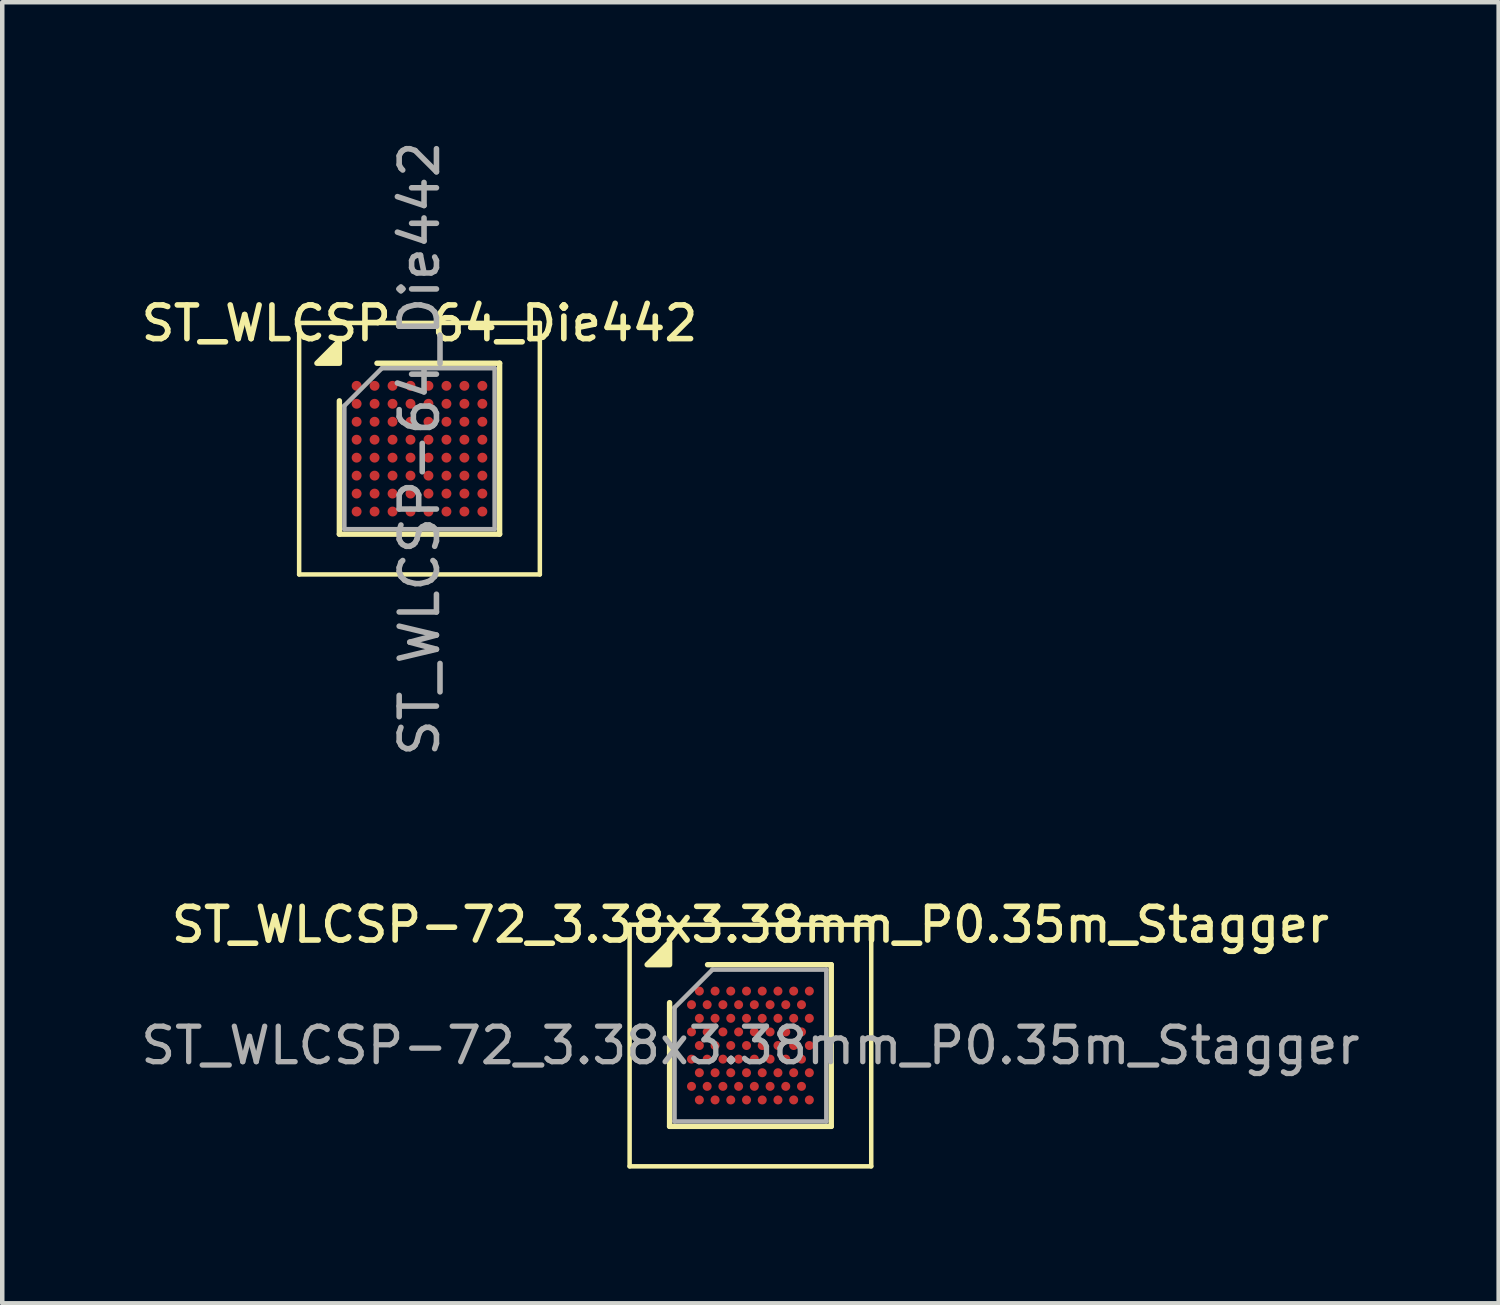
<source format=kicad_pcb>
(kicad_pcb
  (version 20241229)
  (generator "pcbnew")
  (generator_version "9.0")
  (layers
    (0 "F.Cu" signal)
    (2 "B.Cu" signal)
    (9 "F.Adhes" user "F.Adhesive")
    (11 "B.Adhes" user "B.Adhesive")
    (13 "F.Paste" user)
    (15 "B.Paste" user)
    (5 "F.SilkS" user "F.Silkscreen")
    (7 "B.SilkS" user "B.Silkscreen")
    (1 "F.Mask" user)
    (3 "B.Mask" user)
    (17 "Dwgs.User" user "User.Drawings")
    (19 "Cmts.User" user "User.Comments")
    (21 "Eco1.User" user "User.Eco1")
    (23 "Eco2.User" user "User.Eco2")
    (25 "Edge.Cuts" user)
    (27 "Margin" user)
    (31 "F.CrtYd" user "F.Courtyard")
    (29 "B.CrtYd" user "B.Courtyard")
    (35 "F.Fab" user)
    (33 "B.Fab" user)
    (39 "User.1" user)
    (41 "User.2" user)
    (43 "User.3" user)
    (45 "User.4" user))
  (footprint "ST_WLCSP-72_3.38x3.38mm_P0.35m_Stagger"
    (layer "F.Cu")
    (at 13.66 20.231)
    (property "Reference" "ST_WLCSP-72_3.38x3.38mm_P0.35m_Stagger" (at 0 -2.69 0) (layer "F.SilkS") (effects (font (size 0.75 0.75) (thickness 0.125))))
    (attr smd)
    (fp_line (start -2.69 -2.69) (end -2.69 2.69) (stroke (width 0.1) (type solid)) (layer "F.SilkS"))
    (fp_line (start -2.69 2.69) (end 2.69 2.69) (stroke (width 0.1) (type solid)) (layer "F.SilkS"))
    (fp_line (start -1.8 1.8) (end -1.8 -0.955) (stroke (width 0.12) (type solid)) (layer "F.SilkS"))
    (fp_line (start -0.955 -1.8) (end 1.8 -1.8) (stroke (width 0.12) (type solid)) (layer "F.SilkS"))
    (fp_line (start 1.8 -1.8) (end 1.8 1.8) (stroke (width 0.12) (type solid)) (layer "F.SilkS"))
    (fp_line (start 1.8 1.8) (end -1.8 1.8) (stroke (width 0.12) (type solid)) (layer "F.SilkS"))
    (fp_line (start 2.69 -2.69) (end -2.69 -2.69) (stroke (width 0.1) (type solid)) (layer "F.SilkS"))
    (fp_line (start 2.69 2.69) (end 2.69 -2.69) (stroke (width 0.1) (type solid)) (layer "F.SilkS"))
    (fp_poly (pts (xy -1.8 -1.8) (xy -2.3 -1.8) (xy -1.8 -2.3) (xy -1.8 -1.8)) (stroke (width 0.12) (type solid)) (fill yes) (layer "F.SilkS"))
    (fp_line (start -1.69 -0.845) (end -0.845 -1.69) (stroke (width 0.1) (type solid)) (layer "F.Fab"))
    (fp_line (start -1.69 1.69) (end -1.69 -0.845) (stroke (width 0.1) (type solid)) (layer "F.Fab"))
    (fp_line (start -0.845 -1.69) (end 1.69 -1.69) (stroke (width 0.1) (type solid)) (layer "F.Fab"))
    (fp_line (start 1.69 -1.69) (end 1.69 1.69) (stroke (width 0.1) (type solid)) (layer "F.Fab"))
    (fp_line (start 1.69 1.69) (end -1.69 1.69) (stroke (width 0.1) (type solid)) (layer "F.Fab"))
    (fp_text user "${REFERENCE}" (at 0 0 0) (layer "F.Fab") (effects (font (size 0.79 0.79) (thickness 0.118))))
    (pad "A2" smd circle (at -1.137 -1.212) (size 0.2 0.2) (property pad_prop_bga) (layers "F.Cu" "F.Mask" "F.Paste"))
    (pad "A4" smd circle (at -0.787 -1.212) (size 0.2 0.2) (property pad_prop_bga) (layers "F.Cu" "F.Mask" "F.Paste"))
    (pad "A6" smd circle (at -0.438 -1.212) (size 0.2 0.2) (property pad_prop_bga) (layers "F.Cu" "F.Mask" "F.Paste"))
    (pad "A8" smd circle (at -0.087 -1.212) (size 0.2 0.2) (property pad_prop_bga) (layers "F.Cu" "F.Mask" "F.Paste"))
    (pad "A10" smd circle (at 0.263 -1.212) (size 0.2 0.2) (property pad_prop_bga) (layers "F.Cu" "F.Mask" "F.Paste"))
    (pad "A12" smd circle (at 0.613 -1.212) (size 0.2 0.2) (property pad_prop_bga) (layers "F.Cu" "F.Mask" "F.Paste"))
    (pad "A14" smd circle (at 0.963 -1.212) (size 0.2 0.2) (property pad_prop_bga) (layers "F.Cu" "F.Mask" "F.Paste"))
    (pad "A16" smd circle (at 1.312 -1.212) (size 0.2 0.2) (property pad_prop_bga) (layers "F.Cu" "F.Mask" "F.Paste"))
    (pad "B1" smd circle (at -1.312 -0.909) (size 0.2 0.2) (property pad_prop_bga) (layers "F.Cu" "F.Mask" "F.Paste"))
    (pad "B3" smd circle (at -0.963 -0.909) (size 0.2 0.2) (property pad_prop_bga) (layers "F.Cu" "F.Mask" "F.Paste"))
    (pad "B5" smd circle (at -0.613 -0.909) (size 0.2 0.2) (property pad_prop_bga) (layers "F.Cu" "F.Mask" "F.Paste"))
    (pad "B7" smd circle (at -0.263 -0.909) (size 0.2 0.2) (property pad_prop_bga) (layers "F.Cu" "F.Mask" "F.Paste"))
    (pad "B9" smd circle (at 0.087 -0.909) (size 0.2 0.2) (property pad_prop_bga) (layers "F.Cu" "F.Mask" "F.Paste"))
    (pad "B11" smd circle (at 0.438 -0.909) (size 0.2 0.2) (property pad_prop_bga) (layers "F.Cu" "F.Mask" "F.Paste"))
    (pad "B13" smd circle (at 0.787 -0.909) (size 0.2 0.2) (property pad_prop_bga) (layers "F.Cu" "F.Mask" "F.Paste"))
    (pad "B15" smd circle (at 1.137 -0.909) (size 0.2 0.2) (property pad_prop_bga) (layers "F.Cu" "F.Mask" "F.Paste"))
    (pad "C2" smd circle (at -1.137 -0.606) (size 0.2 0.2) (property pad_prop_bga) (layers "F.Cu" "F.Mask" "F.Paste"))
    (pad "C4" smd circle (at -0.787 -0.606) (size 0.2 0.2) (property pad_prop_bga) (layers "F.Cu" "F.Mask" "F.Paste"))
    (pad "C6" smd circle (at -0.438 -0.606) (size 0.2 0.2) (property pad_prop_bga) (layers "F.Cu" "F.Mask" "F.Paste"))
    (pad "C8" smd circle (at -0.087 -0.606) (size 0.2 0.2) (property pad_prop_bga) (layers "F.Cu" "F.Mask" "F.Paste"))
    (pad "C10" smd circle (at 0.263 -0.606) (size 0.2 0.2) (property pad_prop_bga) (layers "F.Cu" "F.Mask" "F.Paste"))
    (pad "C12" smd circle (at 0.613 -0.606) (size 0.2 0.2) (property pad_prop_bga) (layers "F.Cu" "F.Mask" "F.Paste"))
    (pad "C14" smd circle (at 0.963 -0.606) (size 0.2 0.2) (property pad_prop_bga) (layers "F.Cu" "F.Mask" "F.Paste"))
    (pad "C16" smd circle (at 1.312 -0.606) (size 0.2 0.2) (property pad_prop_bga) (layers "F.Cu" "F.Mask" "F.Paste"))
    (pad "D1" smd circle (at -1.312 -0.303) (size 0.2 0.2) (property pad_prop_bga) (layers "F.Cu" "F.Mask" "F.Paste"))
    (pad "D3" smd circle (at -0.963 -0.303) (size 0.2 0.2) (property pad_prop_bga) (layers "F.Cu" "F.Mask" "F.Paste"))
    (pad "D5" smd circle (at -0.613 -0.303) (size 0.2 0.2) (property pad_prop_bga) (layers "F.Cu" "F.Mask" "F.Paste"))
    (pad "D7" smd circle (at -0.263 -0.303) (size 0.2 0.2) (property pad_prop_bga) (layers "F.Cu" "F.Mask" "F.Paste"))
    (pad "D9" smd circle (at 0.087 -0.303) (size 0.2 0.2) (property pad_prop_bga) (layers "F.Cu" "F.Mask" "F.Paste"))
    (pad "D11" smd circle (at 0.438 -0.303) (size 0.2 0.2) (property pad_prop_bga) (layers "F.Cu" "F.Mask" "F.Paste"))
    (pad "D13" smd circle (at 0.787 -0.303) (size 0.2 0.2) (property pad_prop_bga) (layers "F.Cu" "F.Mask" "F.Paste"))
    (pad "D15" smd circle (at 1.137 -0.303) (size 0.2 0.2) (property pad_prop_bga) (layers "F.Cu" "F.Mask" "F.Paste"))
    (pad "E2" smd circle (at -1.137 0) (size 0.2 0.2) (property pad_prop_bga) (layers "F.Cu" "F.Mask" "F.Paste"))
    (pad "E4" smd circle (at -0.787 0) (size 0.2 0.2) (property pad_prop_bga) (layers "F.Cu" "F.Mask" "F.Paste"))
    (pad "E6" smd circle (at -0.438 0) (size 0.2 0.2) (property pad_prop_bga) (layers "F.Cu" "F.Mask" "F.Paste"))
    (pad "E8" smd circle (at -0.087 0) (size 0.2 0.2) (property pad_prop_bga) (layers "F.Cu" "F.Mask" "F.Paste"))
    (pad "E10" smd circle (at 0.263 0) (size 0.2 0.2) (property pad_prop_bga) (layers "F.Cu" "F.Mask" "F.Paste"))
    (pad "E12" smd circle (at 0.613 0) (size 0.2 0.2) (property pad_prop_bga) (layers "F.Cu" "F.Mask" "F.Paste"))
    (pad "E14" smd circle (at 0.963 0) (size 0.2 0.2) (property pad_prop_bga) (layers "F.Cu" "F.Mask" "F.Paste"))
    (pad "E16" smd circle (at 1.312 0) (size 0.2 0.2) (property pad_prop_bga) (layers "F.Cu" "F.Mask" "F.Paste"))
    (pad "F1" smd circle (at -1.312 0.303) (size 0.2 0.2) (property pad_prop_bga) (layers "F.Cu" "F.Mask" "F.Paste"))
    (pad "F3" smd circle (at -0.963 0.303) (size 0.2 0.2) (property pad_prop_bga) (layers "F.Cu" "F.Mask" "F.Paste"))
    (pad "F5" smd circle (at -0.613 0.303) (size 0.2 0.2) (property pad_prop_bga) (layers "F.Cu" "F.Mask" "F.Paste"))
    (pad "F7" smd circle (at -0.263 0.303) (size 0.2 0.2) (property pad_prop_bga) (layers "F.Cu" "F.Mask" "F.Paste"))
    (pad "F9" smd circle (at 0.087 0.303) (size 0.2 0.2) (property pad_prop_bga) (layers "F.Cu" "F.Mask" "F.Paste"))
    (pad "F11" smd circle (at 0.438 0.303) (size 0.2 0.2) (property pad_prop_bga) (layers "F.Cu" "F.Mask" "F.Paste"))
    (pad "F13" smd circle (at 0.787 0.303) (size 0.2 0.2) (property pad_prop_bga) (layers "F.Cu" "F.Mask" "F.Paste"))
    (pad "F15" smd circle (at 1.137 0.303) (size 0.2 0.2) (property pad_prop_bga) (layers "F.Cu" "F.Mask" "F.Paste"))
    (pad "G2" smd circle (at -1.137 0.606) (size 0.2 0.2) (property pad_prop_bga) (layers "F.Cu" "F.Mask" "F.Paste"))
    (pad "G4" smd circle (at -0.787 0.606) (size 0.2 0.2) (property pad_prop_bga) (layers "F.Cu" "F.Mask" "F.Paste"))
    (pad "G6" smd circle (at -0.438 0.606) (size 0.2 0.2) (property pad_prop_bga) (layers "F.Cu" "F.Mask" "F.Paste"))
    (pad "G8" smd circle (at -0.087 0.606) (size 0.2 0.2) (property pad_prop_bga) (layers "F.Cu" "F.Mask" "F.Paste"))
    (pad "G10" smd circle (at 0.263 0.606) (size 0.2 0.2) (property pad_prop_bga) (layers "F.Cu" "F.Mask" "F.Paste"))
    (pad "G12" smd circle (at 0.613 0.606) (size 0.2 0.2) (property pad_prop_bga) (layers "F.Cu" "F.Mask" "F.Paste"))
    (pad "G14" smd circle (at 0.963 0.606) (size 0.2 0.2) (property pad_prop_bga) (layers "F.Cu" "F.Mask" "F.Paste"))
    (pad "G16" smd circle (at 1.312 0.606) (size 0.2 0.2) (property pad_prop_bga) (layers "F.Cu" "F.Mask" "F.Paste"))
    (pad "H1" smd circle (at -1.312 0.909) (size 0.2 0.2) (property pad_prop_bga) (layers "F.Cu" "F.Mask" "F.Paste"))
    (pad "H3" smd circle (at -0.963 0.909) (size 0.2 0.2) (property pad_prop_bga) (layers "F.Cu" "F.Mask" "F.Paste"))
    (pad "H5" smd circle (at -0.613 0.909) (size 0.2 0.2) (property pad_prop_bga) (layers "F.Cu" "F.Mask" "F.Paste"))
    (pad "H7" smd circle (at -0.263 0.909) (size 0.2 0.2) (property pad_prop_bga) (layers "F.Cu" "F.Mask" "F.Paste"))
    (pad "H9" smd circle (at 0.087 0.909) (size 0.2 0.2) (property pad_prop_bga) (layers "F.Cu" "F.Mask" "F.Paste"))
    (pad "H11" smd circle (at 0.438 0.909) (size 0.2 0.2) (property pad_prop_bga) (layers "F.Cu" "F.Mask" "F.Paste"))
    (pad "H13" smd circle (at 0.787 0.909) (size 0.2 0.2) (property pad_prop_bga) (layers "F.Cu" "F.Mask" "F.Paste"))
    (pad "H15" smd circle (at 1.137 0.909) (size 0.2 0.2) (property pad_prop_bga) (layers "F.Cu" "F.Mask" "F.Paste"))
    (pad "J2" smd circle (at -1.137 1.212) (size 0.2 0.2) (property pad_prop_bga) (layers "F.Cu" "F.Mask" "F.Paste"))
    (pad "J4" smd circle (at -0.787 1.212) (size 0.2 0.2) (property pad_prop_bga) (layers "F.Cu" "F.Mask" "F.Paste"))
    (pad "J6" smd circle (at -0.438 1.212) (size 0.2 0.2) (property pad_prop_bga) (layers "F.Cu" "F.Mask" "F.Paste"))
    (pad "J8" smd circle (at -0.087 1.212) (size 0.2 0.2) (property pad_prop_bga) (layers "F.Cu" "F.Mask" "F.Paste"))
    (pad "J10" smd circle (at 0.263 1.212) (size 0.2 0.2) (property pad_prop_bga) (layers "F.Cu" "F.Mask" "F.Paste"))
    (pad "J12" smd circle (at 0.613 1.212) (size 0.2 0.2) (property pad_prop_bga) (layers "F.Cu" "F.Mask" "F.Paste"))
    (pad "J14" smd circle (at 0.963 1.212) (size 0.2 0.2) (property pad_prop_bga) (layers "F.Cu" "F.Mask" "F.Paste"))
    (pad "J16" smd circle (at 1.312 1.212) (size 0.2 0.2) (property pad_prop_bga) (layers "F.Cu" "F.Mask" "F.Paste")))
  (footprint "ST_WLCSP-64_Die442"
    (layer "F.Cu")
    (at 6.291 6.941)
    (property "Reference" "ST_WLCSP-64_Die442" (at 0 -2.792 0) (layer "F.SilkS") (effects (font (size 0.75 0.75) (thickness 0.125))))
    (attr smd)
    (fp_line (start -2.68 -2.8) (end -2.68 2.8) (stroke (width 0.1) (type solid)) (layer "F.SilkS"))
    (fp_line (start -2.68 2.8) (end 2.68 2.8) (stroke (width 0.1) (type solid)) (layer "F.SilkS"))
    (fp_line (start -1.784 1.903) (end -1.784 -1.066) (stroke (width 0.12) (type solid)) (layer "F.SilkS"))
    (fp_line (start -0.947 -1.903) (end 1.784 -1.903) (stroke (width 0.12) (type solid)) (layer "F.SilkS"))
    (fp_line (start 1.784 -1.903) (end 1.784 1.903) (stroke (width 0.12) (type solid)) (layer "F.SilkS"))
    (fp_line (start 1.784 1.903) (end -1.784 1.903) (stroke (width 0.12) (type solid)) (layer "F.SilkS"))
    (fp_line (start 2.68 -2.8) (end -2.68 -2.8) (stroke (width 0.1) (type solid)) (layer "F.SilkS"))
    (fp_line (start 2.68 2.8) (end 2.68 -2.8) (stroke (width 0.1) (type solid)) (layer "F.SilkS"))
    (fp_poly (pts (xy -1.784 -1.903) (xy -2.284 -1.903) (xy -1.784 -2.402) (xy -1.784 -1.903)) (stroke (width 0.12) (type solid)) (fill yes) (layer "F.SilkS"))
    (fp_line (start -1.673 -0.956) (end -0.837 -1.792) (stroke (width 0.1) (type solid)) (layer "F.Fab"))
    (fp_line (start -1.673 1.792) (end -1.673 -0.956) (stroke (width 0.1) (type solid)) (layer "F.Fab"))
    (fp_line (start -0.837 -1.792) (end 1.673 -1.792) (stroke (width 0.1) (type solid)) (layer "F.Fab"))
    (fp_line (start 1.673 -1.792) (end 1.673 1.792) (stroke (width 0.1) (type solid)) (layer "F.Fab"))
    (fp_line (start 1.673 1.792) (end -1.673 1.792) (stroke (width 0.1) (type solid)) (layer "F.Fab"))
    (fp_text user "${REFERENCE}" (at 0 0 270) (layer "F.Fab") (effects (font (size 0.83 0.83) (thickness 0.124))))
    (pad "A1" smd circle (at -1.4 -1.4) (size 0.22 0.22) (property pad_prop_bga) (layers "F.Cu" "F.Mask" "F.Paste"))
    (pad "A2" smd circle (at -1 -1.4) (size 0.22 0.22) (property pad_prop_bga) (layers "F.Cu" "F.Mask" "F.Paste"))
    (pad "A3" smd circle (at -0.6 -1.4) (size 0.22 0.22) (property pad_prop_bga) (layers "F.Cu" "F.Mask" "F.Paste"))
    (pad "A4" smd circle (at -0.2 -1.4) (size 0.22 0.22) (property pad_prop_bga) (layers "F.Cu" "F.Mask" "F.Paste"))
    (pad "A5" smd circle (at 0.2 -1.4) (size 0.22 0.22) (property pad_prop_bga) (layers "F.Cu" "F.Mask" "F.Paste"))
    (pad "A6" smd circle (at 0.6 -1.4) (size 0.22 0.22) (property pad_prop_bga) (layers "F.Cu" "F.Mask" "F.Paste"))
    (pad "A7" smd circle (at 1 -1.4) (size 0.22 0.22) (property pad_prop_bga) (layers "F.Cu" "F.Mask" "F.Paste"))
    (pad "A8" smd circle (at 1.4 -1.4) (size 0.22 0.22) (property pad_prop_bga) (layers "F.Cu" "F.Mask" "F.Paste"))
    (pad "B1" smd circle (at -1.4 -1) (size 0.22 0.22) (property pad_prop_bga) (layers "F.Cu" "F.Mask" "F.Paste"))
    (pad "B2" smd circle (at -1 -1) (size 0.22 0.22) (property pad_prop_bga) (layers "F.Cu" "F.Mask" "F.Paste"))
    (pad "B3" smd circle (at -0.6 -1) (size 0.22 0.22) (property pad_prop_bga) (layers "F.Cu" "F.Mask" "F.Paste"))
    (pad "B4" smd circle (at -0.2 -1) (size 0.22 0.22) (property pad_prop_bga) (layers "F.Cu" "F.Mask" "F.Paste"))
    (pad "B5" smd circle (at 0.2 -1) (size 0.22 0.22) (property pad_prop_bga) (layers "F.Cu" "F.Mask" "F.Paste"))
    (pad "B6" smd circle (at 0.6 -1) (size 0.22 0.22) (property pad_prop_bga) (layers "F.Cu" "F.Mask" "F.Paste"))
    (pad "B7" smd circle (at 1 -1) (size 0.22 0.22) (property pad_prop_bga) (layers "F.Cu" "F.Mask" "F.Paste"))
    (pad "B8" smd circle (at 1.4 -1) (size 0.22 0.22) (property pad_prop_bga) (layers "F.Cu" "F.Mask" "F.Paste"))
    (pad "C1" smd circle (at -1.4 -0.6) (size 0.22 0.22) (property pad_prop_bga) (layers "F.Cu" "F.Mask" "F.Paste"))
    (pad "C2" smd circle (at -1 -0.6) (size 0.22 0.22) (property pad_prop_bga) (layers "F.Cu" "F.Mask" "F.Paste"))
    (pad "C3" smd circle (at -0.6 -0.6) (size 0.22 0.22) (property pad_prop_bga) (layers "F.Cu" "F.Mask" "F.Paste"))
    (pad "C4" smd circle (at -0.2 -0.6) (size 0.22 0.22) (property pad_prop_bga) (layers "F.Cu" "F.Mask" "F.Paste"))
    (pad "C5" smd circle (at 0.2 -0.6) (size 0.22 0.22) (property pad_prop_bga) (layers "F.Cu" "F.Mask" "F.Paste"))
    (pad "C6" smd circle (at 0.6 -0.6) (size 0.22 0.22) (property pad_prop_bga) (layers "F.Cu" "F.Mask" "F.Paste"))
    (pad "C7" smd circle (at 1 -0.6) (size 0.22 0.22) (property pad_prop_bga) (layers "F.Cu" "F.Mask" "F.Paste"))
    (pad "C8" smd circle (at 1.4 -0.6) (size 0.22 0.22) (property pad_prop_bga) (layers "F.Cu" "F.Mask" "F.Paste"))
    (pad "D1" smd circle (at -1.4 -0.2) (size 0.22 0.22) (property pad_prop_bga) (layers "F.Cu" "F.Mask" "F.Paste"))
    (pad "D2" smd circle (at -1 -0.2) (size 0.22 0.22) (property pad_prop_bga) (layers "F.Cu" "F.Mask" "F.Paste"))
    (pad "D3" smd circle (at -0.6 -0.2) (size 0.22 0.22) (property pad_prop_bga) (layers "F.Cu" "F.Mask" "F.Paste"))
    (pad "D4" smd circle (at -0.2 -0.2) (size 0.22 0.22) (property pad_prop_bga) (layers "F.Cu" "F.Mask" "F.Paste"))
    (pad "D5" smd circle (at 0.2 -0.2) (size 0.22 0.22) (property pad_prop_bga) (layers "F.Cu" "F.Mask" "F.Paste"))
    (pad "D6" smd circle (at 0.6 -0.2) (size 0.22 0.22) (property pad_prop_bga) (layers "F.Cu" "F.Mask" "F.Paste"))
    (pad "D7" smd circle (at 1 -0.2) (size 0.22 0.22) (property pad_prop_bga) (layers "F.Cu" "F.Mask" "F.Paste"))
    (pad "D8" smd circle (at 1.4 -0.2) (size 0.22 0.22) (property pad_prop_bga) (layers "F.Cu" "F.Mask" "F.Paste"))
    (pad "E1" smd circle (at -1.4 0.2) (size 0.22 0.22) (property pad_prop_bga) (layers "F.Cu" "F.Mask" "F.Paste"))
    (pad "E2" smd circle (at -1 0.2) (size 0.22 0.22) (property pad_prop_bga) (layers "F.Cu" "F.Mask" "F.Paste"))
    (pad "E3" smd circle (at -0.6 0.2) (size 0.22 0.22) (property pad_prop_bga) (layers "F.Cu" "F.Mask" "F.Paste"))
    (pad "E4" smd circle (at -0.2 0.2) (size 0.22 0.22) (property pad_prop_bga) (layers "F.Cu" "F.Mask" "F.Paste"))
    (pad "E5" smd circle (at 0.2 0.2) (size 0.22 0.22) (property pad_prop_bga) (layers "F.Cu" "F.Mask" "F.Paste"))
    (pad "E6" smd circle (at 0.6 0.2) (size 0.22 0.22) (property pad_prop_bga) (layers "F.Cu" "F.Mask" "F.Paste"))
    (pad "E7" smd circle (at 1 0.2) (size 0.22 0.22) (property pad_prop_bga) (layers "F.Cu" "F.Mask" "F.Paste"))
    (pad "E8" smd circle (at 1.4 0.2) (size 0.22 0.22) (property pad_prop_bga) (layers "F.Cu" "F.Mask" "F.Paste"))
    (pad "F1" smd circle (at -1.4 0.6) (size 0.22 0.22) (property pad_prop_bga) (layers "F.Cu" "F.Mask" "F.Paste"))
    (pad "F2" smd circle (at -1 0.6) (size 0.22 0.22) (property pad_prop_bga) (layers "F.Cu" "F.Mask" "F.Paste"))
    (pad "F3" smd circle (at -0.6 0.6) (size 0.22 0.22) (property pad_prop_bga) (layers "F.Cu" "F.Mask" "F.Paste"))
    (pad "F4" smd circle (at -0.2 0.6) (size 0.22 0.22) (property pad_prop_bga) (layers "F.Cu" "F.Mask" "F.Paste"))
    (pad "F5" smd circle (at 0.2 0.6) (size 0.22 0.22) (property pad_prop_bga) (layers "F.Cu" "F.Mask" "F.Paste"))
    (pad "F6" smd circle (at 0.6 0.6) (size 0.22 0.22) (property pad_prop_bga) (layers "F.Cu" "F.Mask" "F.Paste"))
    (pad "F7" smd circle (at 1 0.6) (size 0.22 0.22) (property pad_prop_bga) (layers "F.Cu" "F.Mask" "F.Paste"))
    (pad "F8" smd circle (at 1.4 0.6) (size 0.22 0.22) (property pad_prop_bga) (layers "F.Cu" "F.Mask" "F.Paste"))
    (pad "G1" smd circle (at -1.4 1) (size 0.22 0.22) (property pad_prop_bga) (layers "F.Cu" "F.Mask" "F.Paste"))
    (pad "G2" smd circle (at -1 1) (size 0.22 0.22) (property pad_prop_bga) (layers "F.Cu" "F.Mask" "F.Paste"))
    (pad "G3" smd circle (at -0.6 1) (size 0.22 0.22) (property pad_prop_bga) (layers "F.Cu" "F.Mask" "F.Paste"))
    (pad "G4" smd circle (at -0.2 1) (size 0.22 0.22) (property pad_prop_bga) (layers "F.Cu" "F.Mask" "F.Paste"))
    (pad "G5" smd circle (at 0.2 1) (size 0.22 0.22) (property pad_prop_bga) (layers "F.Cu" "F.Mask" "F.Paste"))
    (pad "G6" smd circle (at 0.6 1) (size 0.22 0.22) (property pad_prop_bga) (layers "F.Cu" "F.Mask" "F.Paste"))
    (pad "G7" smd circle (at 1 1) (size 0.22 0.22) (property pad_prop_bga) (layers "F.Cu" "F.Mask" "F.Paste"))
    (pad "G8" smd circle (at 1.4 1) (size 0.22 0.22) (property pad_prop_bga) (layers "F.Cu" "F.Mask" "F.Paste"))
    (pad "H1" smd circle (at -1.4 1.4) (size 0.22 0.22) (property pad_prop_bga) (layers "F.Cu" "F.Mask" "F.Paste"))
    (pad "H2" smd circle (at -1 1.4) (size 0.22 0.22) (property pad_prop_bga) (layers "F.Cu" "F.Mask" "F.Paste"))
    (pad "H3" smd circle (at -0.6 1.4) (size 0.22 0.22) (property pad_prop_bga) (layers "F.Cu" "F.Mask" "F.Paste"))
    (pad "H4" smd circle (at -0.2 1.4) (size 0.22 0.22) (property pad_prop_bga) (layers "F.Cu" "F.Mask" "F.Paste"))
    (pad "H5" smd circle (at 0.2 1.4) (size 0.22 0.22) (property pad_prop_bga) (layers "F.Cu" "F.Mask" "F.Paste"))
    (pad "H6" smd circle (at 0.6 1.4) (size 0.22 0.22) (property pad_prop_bga) (layers "F.Cu" "F.Mask" "F.Paste"))
    (pad "H7" smd circle (at 1 1.4) (size 0.22 0.22) (property pad_prop_bga) (layers "F.Cu" "F.Mask" "F.Paste"))
    (pad "H8" smd circle (at 1.4 1.4) (size 0.22 0.22) (property pad_prop_bga) (layers "F.Cu" "F.Mask" "F.Paste")))
  (gr_rect
    (start -3 -3)
    (end 30.321 25.971)
    (stroke (width 0.1) (type default))
    (fill no)
    (layer "Edge.Cuts")))
</source>
